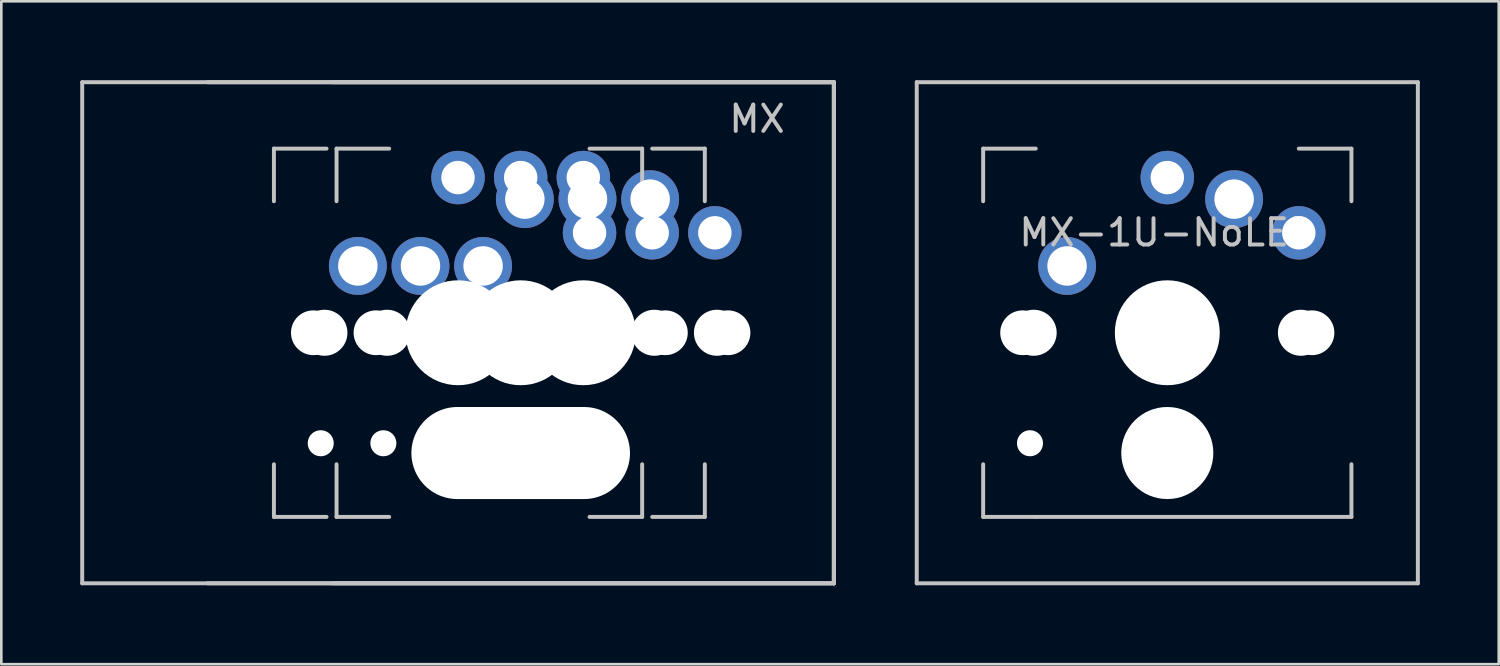
<source format=kicad_pcb>
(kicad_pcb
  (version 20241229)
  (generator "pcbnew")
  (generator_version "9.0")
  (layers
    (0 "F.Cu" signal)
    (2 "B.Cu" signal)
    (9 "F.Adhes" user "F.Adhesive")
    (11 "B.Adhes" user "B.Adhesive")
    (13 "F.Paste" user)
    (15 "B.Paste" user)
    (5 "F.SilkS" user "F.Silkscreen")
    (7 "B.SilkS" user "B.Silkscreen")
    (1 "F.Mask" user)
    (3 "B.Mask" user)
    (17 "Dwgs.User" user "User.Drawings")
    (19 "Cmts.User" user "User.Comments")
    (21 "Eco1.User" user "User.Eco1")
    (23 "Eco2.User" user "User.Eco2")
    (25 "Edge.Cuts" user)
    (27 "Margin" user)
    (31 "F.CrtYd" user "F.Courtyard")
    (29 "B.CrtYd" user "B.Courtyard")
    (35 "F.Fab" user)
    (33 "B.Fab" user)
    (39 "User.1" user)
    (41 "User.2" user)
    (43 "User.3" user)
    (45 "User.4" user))
  (footprint "MX-1U-NoLED"
    (layer "F.Cu")
    (at 41.325 9.6)
    (property "Reference" "MX-1U-NoLED" (at 0 -3.81 0) (layer "Dwgs.User") (effects (font (size 1 1) (thickness 0.15))))
    (attr through_hole)
    (fp_line (start -9.525 -9.525) (end 9.525 -9.525) (stroke (width 0.15) (type solid)) (layer "Dwgs.User"))
    (fp_line (start -9.525 9.525) (end -9.525 -9.525) (stroke (width 0.15) (type solid)) (layer "Dwgs.User"))
    (fp_line (start -7 -7) (end -7 -5) (stroke (width 0.15) (type solid)) (layer "Dwgs.User"))
    (fp_line (start -7 5) (end -7 7) (stroke (width 0.15) (type solid)) (layer "Dwgs.User"))
    (fp_line (start -7 7) (end -5 7) (stroke (width 0.15) (type solid)) (layer "Dwgs.User"))
    (fp_line (start -5 -7) (end -7 -7) (stroke (width 0.15) (type solid)) (layer "Dwgs.User"))
    (fp_line (start -5 7) (end 7 7) (stroke (width 0.15) (type solid)) (layer "Dwgs.User"))
    (fp_line (start 5 -7) (end 7 -7) (stroke (width 0.15) (type solid)) (layer "Dwgs.User"))
    (fp_line (start 7 -7) (end 7 -5) (stroke (width 0.15) (type solid)) (layer "Dwgs.User"))
    (fp_line (start 7 7) (end 7 5) (stroke (width 0.15) (type solid)) (layer "Dwgs.User"))
    (fp_line (start 9.525 -9.525) (end 9.525 9.525) (stroke (width 0.15) (type solid)) (layer "Dwgs.User"))
    (fp_line (start 9.525 9.525) (end -9.525 9.525) (stroke (width 0.15) (type solid)) (layer "Dwgs.User"))
    (pad "" np_thru_hole circle (at -5.5 0) (size 1.702 1.702) (drill 1.702) (layers "*.Cu" "*.Mask"))
    (pad "" np_thru_hole circle (at -5.22 4.2 180) (size 0.991 0.991) (drill 0.991) (layers "*.Cu" "*.Mask"))
    (pad "" np_thru_hole circle (at -5.08 0 48.1) (size 1.75 1.75) (drill 1.75) (layers "*.Cu" "*.Mask"))
    (pad "" np_thru_hole circle (at 0 0) (size 3.988 3.988) (drill 3.988) (layers "*.Cu" "*.Mask"))
    (pad "" np_thru_hole circle (at 0 4.572) (size 3.5 3.5) (drill 3.5) (layers "*.Cu" "*.Mask"))
    (pad "" np_thru_hole circle (at 5.08 0 48.1) (size 1.75 1.75) (drill 1.75) (layers "*.Cu" "*.Mask"))
    (pad "" np_thru_hole circle (at 5.5 0) (size 1.702 1.702) (drill 1.702) (layers "*.Cu" "*.Mask"))
    (pad "1" thru_hole circle (at 0 -5.9 180) (size 2.032 2.032) (drill 1.27) (layers "*.Cu" "*.Mask"))
    (pad "1" thru_hole circle (at 2.54 -5.08) (size 2.2 2.2) (drill 1.5) (layers "*.Cu" "*.Mask"))
    (pad "2" thru_hole circle (at -3.81 -2.54) (size 2.2 2.2) (drill 1.5) (layers "*.Cu" "*.Mask"))
    (pad "2" thru_hole circle (at 5 -3.8 180) (size 2.032 2.032) (drill 1.27) (layers "*.Cu" "*.Mask")))
  (footprint "MX"
    (layer "F.Cu")
    (at 19.125 9.6)
    (property "Reference" "MX" (at 6.604 -8.128 0) (layer "Dwgs.User") (effects (font (size 1 1) (thickness 0.15))))
    (attr through_hole)
    (fp_line (start -19.05 -9.525) (end 9.525 -9.525) (stroke (width 0.15) (type solid)) (layer "Dwgs.User"))
    (fp_line (start -19.05 9.525) (end -19.05 -9.525) (stroke (width 0.15) (type solid)) (layer "Dwgs.User"))
    (fp_line (start -14.287 -9.525) (end 9.525 -9.525) (stroke (width 0.15) (type solid)) (layer "Dwgs.User"))
    (fp_line (start -11.762 -7) (end -11.762 -5) (stroke (width 0.15) (type solid)) (layer "Dwgs.User"))
    (fp_line (start -11.762 5) (end -11.762 7) (stroke (width 0.15) (type solid)) (layer "Dwgs.User"))
    (fp_line (start -11.762 7) (end -9.762 7) (stroke (width 0.15) (type solid)) (layer "Dwgs.User"))
    (fp_line (start -9.762 -7) (end -11.762 -7) (stroke (width 0.15) (type solid)) (layer "Dwgs.User"))
    (fp_line (start -9.525 -9.525) (end 9.525 -9.525) (stroke (width 0.15) (type solid)) (layer "Dwgs.User"))
    (fp_line (start -9.381 -7) (end -9.381 -5) (stroke (width 0.15) (type solid)) (layer "Dwgs.User"))
    (fp_line (start -9.381 5) (end -9.381 7) (stroke (width 0.15) (type solid)) (layer "Dwgs.User"))
    (fp_line (start -9.381 7) (end -7.381 7) (stroke (width 0.15) (type solid)) (layer "Dwgs.User"))
    (fp_line (start -7.381 -7) (end -9.381 -7) (stroke (width 0.15) (type solid)) (layer "Dwgs.User"))
    (fp_line (start 0.237 -7) (end 2.237 -7) (stroke (width 0.15) (type solid)) (layer "Dwgs.User"))
    (fp_line (start 0.237 7) (end 2.237 7) (stroke (width 0.15) (type solid)) (layer "Dwgs.User"))
    (fp_line (start 2.237 -7) (end 2.237 -5) (stroke (width 0.15) (type solid)) (layer "Dwgs.User"))
    (fp_line (start 2.237 7) (end 2.237 5) (stroke (width 0.15) (type solid)) (layer "Dwgs.User"))
    (fp_line (start 2.619 -7) (end 4.619 -7) (stroke (width 0.15) (type solid)) (layer "Dwgs.User"))
    (fp_line (start 2.619 7) (end 4.619 7) (stroke (width 0.15) (type solid)) (layer "Dwgs.User"))
    (fp_line (start 4.619 -7) (end 4.619 -5) (stroke (width 0.15) (type solid)) (layer "Dwgs.User"))
    (fp_line (start 4.619 7) (end 4.619 5) (stroke (width 0.15) (type solid)) (layer "Dwgs.User"))
    (fp_line (start 9.525 -9.525) (end 9.525 9.525) (stroke (width 0.15) (type solid)) (layer "Dwgs.User"))
    (fp_line (start 9.525 -9.525) (end 9.525 9.525) (stroke (width 0.15) (type solid)) (layer "Dwgs.User"))
    (fp_line (start 9.525 9.525) (end -19.05 9.525) (stroke (width 0.15) (type solid)) (layer "Dwgs.User"))
    (fp_line (start 9.525 9.525) (end -14.287 9.525) (stroke (width 0.15) (type solid)) (layer "Dwgs.User"))
    (fp_line (start 9.525 9.525) (end -9.525 9.525) (stroke (width 0.15) (type solid)) (layer "Dwgs.User"))
    (fp_line (start 9.525 9.525) (end 9.525 -9.525) (stroke (width 0.15) (type solid)) (layer "Dwgs.User"))
    (pad "" np_thru_hole circle (at -10.262 0) (size 1.702 1.702) (drill 1.702) (layers "*.Cu" "*.Mask"))
    (pad "" np_thru_hole circle (at -9.982 4.2 180) (size 0.991 0.991) (drill 0.991) (layers "*.Cu" "*.Mask"))
    (pad "" np_thru_hole circle (at -9.842 0 48.1) (size 1.75 1.75) (drill 1.75) (layers "*.Cu" "*.Mask"))
    (pad "" np_thru_hole circle (at -7.881 0) (size 1.702 1.702) (drill 1.702) (layers "*.Cu" "*.Mask"))
    (pad "" np_thru_hole circle (at -7.601 4.2 180) (size 0.991 0.991) (drill 0.991) (layers "*.Cu" "*.Mask"))
    (pad "" np_thru_hole circle (at -7.461 0 48.1) (size 1.75 1.75) (drill 1.75) (layers "*.Cu" "*.Mask"))
    (pad "" np_thru_hole circle (at -4.763 0) (size 3.988 3.988) (drill 3.988) (layers "*.Cu" "*.Mask"))
    (pad "" np_thru_hole circle (at -2.381 0) (size 3.988 3.988) (drill 3.988) (layers "*.Cu" "*.Mask"))
    (pad "" np_thru_hole oval (at -2.381 4.572) (size 8.31 3.5) (drill oval 8.31 3.5) (layers "*.Cu" "*.Mask"))
    (pad "" np_thru_hole circle (at 0 0) (size 3.988 3.988) (drill 3.988) (layers "*.Cu" "*.Mask"))
    (pad "" np_thru_hole circle (at 2.699 0 48.1) (size 1.75 1.75) (drill 1.75) (layers "*.Cu" "*.Mask"))
    (pad "" np_thru_hole circle (at 3.119 0) (size 1.702 1.702) (drill 1.702) (layers "*.Cu" "*.Mask"))
    (pad "" np_thru_hole circle (at 5.08 0 48.1) (size 1.75 1.75) (drill 1.75) (layers "*.Cu" "*.Mask"))
    (pad "" np_thru_hole circle (at 5.5 0) (size 1.702 1.702) (drill 1.702) (layers "*.Cu" "*.Mask"))
    (pad "1" thru_hole circle (at -3.81 -2.54) (size 2.2 2.2) (drill 1.5) (layers "*.Cu" "*.Mask"))
    (pad "1" thru_hole circle (at -2.381 -5.9 180) (size 2.032 2.032) (drill 1.27) (layers "*.Cu" "*.Mask"))
    (pad "1" thru_hole circle (at -2.223 -5.08) (size 2.2 2.2) (drill 1.5) (layers "*.Cu" "*.Mask"))
    (pad "1" thru_hole circle (at 0 -5.9 180) (size 2.032 2.032) (drill 1.27) (layers "*.Cu" "*.Mask"))
    (pad "1" thru_hole circle (at 0.159 -5.08) (size 2.2 2.2) (drill 1.5) (layers "*.Cu" "*.Mask"))
    (pad "1" thru_hole circle (at 0.237 -3.8 180) (size 2.032 2.032) (drill 1.27) (layers "*.Cu" "*.Mask"))
    (pad "2" thru_hole circle (at -8.572 -2.54) (size 2.2 2.2) (drill 1.5) (layers "*.Cu" "*.Mask"))
    (pad "2" thru_hole circle (at -6.191 -2.54) (size 2.2 2.2) (drill 1.5) (layers "*.Cu" "*.Mask"))
    (pad "2" thru_hole circle (at -4.763 -5.9 180) (size 2.032 2.032) (drill 1.27) (layers "*.Cu" "*.Mask"))
    (pad "2" thru_hole circle (at 2.54 -5.08) (size 2.2 2.2) (drill 1.5) (layers "*.Cu" "*.Mask"))
    (pad "2" thru_hole circle (at 2.619 -3.8 180) (size 2.032 2.032) (drill 1.27) (layers "*.Cu" "*.Mask"))
    (pad "2" thru_hole circle (at 5 -3.8 180) (size 2.032 2.032) (drill 1.27) (layers "*.Cu" "*.Mask")))
  (gr_rect
    (start -3 -3)
    (end 53.925 22.2)
    (stroke (width 0.1) (type default))
    (fill no)
    (layer "Edge.Cuts")))
</source>
